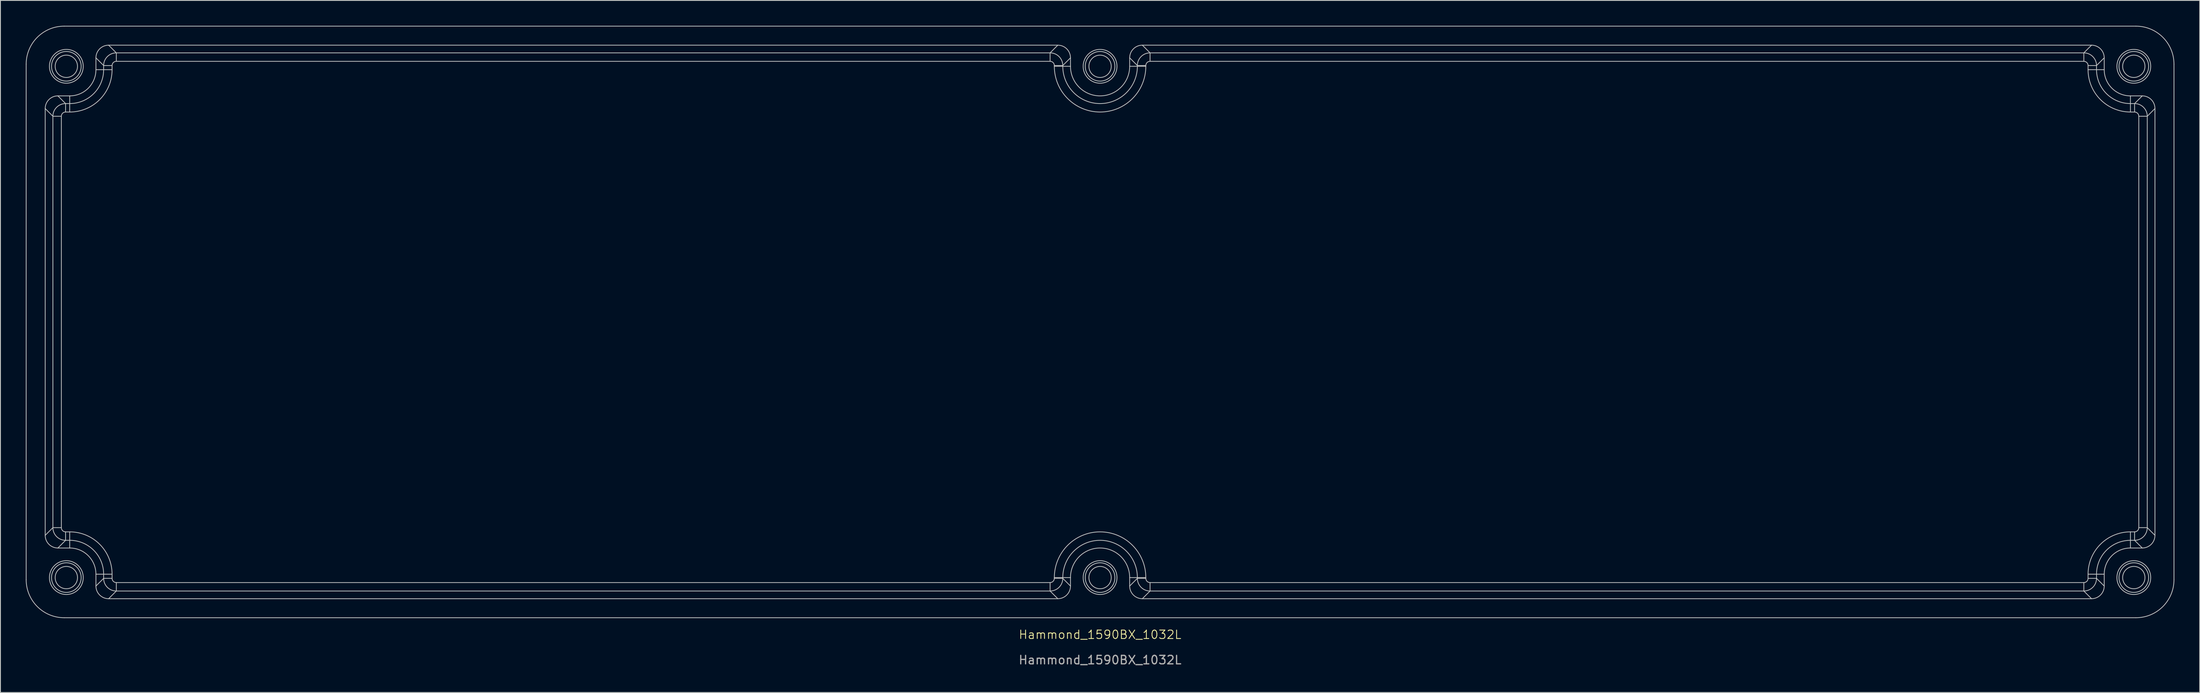
<source format=kicad_pcb>
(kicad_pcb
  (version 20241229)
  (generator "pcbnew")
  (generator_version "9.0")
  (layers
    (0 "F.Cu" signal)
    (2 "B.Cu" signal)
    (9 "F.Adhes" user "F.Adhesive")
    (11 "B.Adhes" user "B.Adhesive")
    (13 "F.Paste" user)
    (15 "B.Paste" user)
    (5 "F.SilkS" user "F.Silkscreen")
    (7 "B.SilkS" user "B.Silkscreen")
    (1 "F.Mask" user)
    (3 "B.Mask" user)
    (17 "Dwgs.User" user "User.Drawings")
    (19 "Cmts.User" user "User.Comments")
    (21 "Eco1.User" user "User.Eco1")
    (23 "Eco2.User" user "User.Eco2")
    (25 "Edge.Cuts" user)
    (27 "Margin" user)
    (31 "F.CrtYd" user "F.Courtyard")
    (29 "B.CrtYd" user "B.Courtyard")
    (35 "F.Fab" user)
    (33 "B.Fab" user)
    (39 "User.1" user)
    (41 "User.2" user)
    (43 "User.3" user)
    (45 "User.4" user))
  (footprint "Hammond_1590BX_1032L"
    (layer "F.Cu")
    (at 127.045 35.045)
    (property "Reference" "Hammond_1590BX_1032L" (at 0 37 0) (unlocked yes) (layer "F.SilkS") (effects (font (size 1 1) (thickness 0.1))))
    (fp_line (start -127 -30.5) (end -127 30.5) (stroke (width 0.09) (type solid)) (layer "Dwgs.User"))
    (fp_line (start -124.75 -25.25) (end -123.84 -24.34) (stroke (width 0.09) (type solid)) (layer "Dwgs.User"))
    (fp_line (start -124.75 25.25) (end -124.75 -25.25) (stroke (width 0.09) (type solid)) (layer "Dwgs.User"))
    (fp_line (start -123.84 -24.34) (end -123.84 24.34) (stroke (width 0.09) (type solid)) (layer "Dwgs.User"))
    (fp_line (start -123.84 24.34) (end -124.75 25.25) (stroke (width 0.09) (type solid)) (layer "Dwgs.User"))
    (fp_line (start -123.84 24.34) (end -122.84 24.34) (stroke (width 0.09) (type solid)) (layer "Dwgs.User"))
    (fp_line (start -123.25 -26.75) (end -121.85 -26.75) (stroke (width 0.09) (type solid)) (layer "Dwgs.User"))
    (fp_line (start -123.25 26.75) (end -122.34 25.84) (stroke (width 0.09) (type solid)) (layer "Dwgs.User"))
    (fp_line (start -122.84 -24.34) (end -123.84 -24.34) (stroke (width 0.09) (type solid)) (layer "Dwgs.User"))
    (fp_line (start -122.84 24.34) (end -122.84 -24.34) (stroke (width 0.09) (type solid)) (layer "Dwgs.User"))
    (fp_line (start -122.5 35) (end 122.5 35) (stroke (width 0.09) (type solid)) (layer "Dwgs.User"))
    (fp_line (start -122.34 -25.84) (end -123.25 -26.75) (stroke (width 0.09) (type solid)) (layer "Dwgs.User"))
    (fp_line (start -122.34 -25.84) (end -122.34 -24.84) (stroke (width 0.09) (type solid)) (layer "Dwgs.User"))
    (fp_line (start -122.34 -24.84) (end -121.85 -24.84) (stroke (width 0.09) (type solid)) (layer "Dwgs.User"))
    (fp_line (start -122.34 24.84) (end -122.34 25.84) (stroke (width 0.09) (type solid)) (layer "Dwgs.User"))
    (fp_line (start -122.34 25.84) (end -121.85 25.84) (stroke (width 0.09) (type solid)) (layer "Dwgs.User"))
    (fp_line (start -121.85 -26.75) (end -121.85 -25.84) (stroke (width 0.09) (type solid)) (layer "Dwgs.User"))
    (fp_line (start -121.85 -25.84) (end -122.34 -25.84) (stroke (width 0.09) (type solid)) (layer "Dwgs.User"))
    (fp_line (start -121.85 -24.84) (end -121.85 -25.84) (stroke (width 0.09) (type solid)) (layer "Dwgs.User"))
    (fp_line (start -121.85 24.84) (end -122.34 24.84) (stroke (width 0.09) (type solid)) (layer "Dwgs.User"))
    (fp_line (start -121.85 24.84) (end -121.85 25.84) (stroke (width 0.09) (type solid)) (layer "Dwgs.User"))
    (fp_line (start -121.85 26.75) (end -123.25 26.75) (stroke (width 0.09) (type solid)) (layer "Dwgs.User"))
    (fp_line (start -121.85 26.75) (end -121.85 25.84) (stroke (width 0.09) (type solid)) (layer "Dwgs.User"))
    (fp_line (start -118.75 -31.25) (end -117.84 -30.34) (stroke (width 0.09) (type solid)) (layer "Dwgs.User"))
    (fp_line (start -118.75 -29.85) (end -118.75 -31.25) (stroke (width 0.09) (type solid)) (layer "Dwgs.User"))
    (fp_line (start -118.75 -29.85) (end -117.84 -29.85) (stroke (width 0.09) (type solid)) (layer "Dwgs.User"))
    (fp_line (start -118.75 29.85) (end -117.84 29.85) (stroke (width 0.09) (type solid)) (layer "Dwgs.User"))
    (fp_line (start -118.75 31.25) (end -118.75 29.85) (stroke (width 0.09) (type solid)) (layer "Dwgs.User"))
    (fp_line (start -117.84 -30.34) (end -117.84 -29.85) (stroke (width 0.09) (type solid)) (layer "Dwgs.User"))
    (fp_line (start -117.84 29.85) (end -117.84 30.34) (stroke (width 0.09) (type solid)) (layer "Dwgs.User"))
    (fp_line (start -117.84 30.34) (end -118.75 31.25) (stroke (width 0.09) (type solid)) (layer "Dwgs.User"))
    (fp_line (start -117.84 30.34) (end -116.84 30.34) (stroke (width 0.09) (type solid)) (layer "Dwgs.User"))
    (fp_line (start -117.25 -32.75) (end -5 -32.75) (stroke (width 0.09) (type solid)) (layer "Dwgs.User"))
    (fp_line (start -117.25 32.75) (end -116.34 31.84) (stroke (width 0.09) (type solid)) (layer "Dwgs.User"))
    (fp_line (start -116.84 -30.34) (end -117.84 -30.34) (stroke (width 0.09) (type solid)) (layer "Dwgs.User"))
    (fp_line (start -116.84 -29.85) (end -117.84 -29.85) (stroke (width 0.09) (type solid)) (layer "Dwgs.User"))
    (fp_line (start -116.84 -29.85) (end -116.84 -30.34) (stroke (width 0.09) (type solid)) (layer "Dwgs.User"))
    (fp_line (start -116.84 29.85) (end -117.84 29.85) (stroke (width 0.09) (type solid)) (layer "Dwgs.User"))
    (fp_line (start -116.84 30.34) (end -116.84 29.85) (stroke (width 0.09) (type solid)) (layer "Dwgs.User"))
    (fp_line (start -116.34 -31.84) (end -117.25 -32.75) (stroke (width 0.09) (type solid)) (layer "Dwgs.User"))
    (fp_line (start -116.34 -31.84) (end -116.34 -30.84) (stroke (width 0.09) (type solid)) (layer "Dwgs.User"))
    (fp_line (start -116.34 -30.84) (end -5.91 -30.84) (stroke (width 0.09) (type solid)) (layer "Dwgs.User"))
    (fp_line (start -116.34 30.84) (end -116.34 31.84) (stroke (width 0.09) (type solid)) (layer "Dwgs.User"))
    (fp_line (start -116.34 31.84) (end -5.91 31.84) (stroke (width 0.09) (type solid)) (layer "Dwgs.User"))
    (fp_line (start -5.91 -31.84) (end -116.34 -31.84) (stroke (width 0.09) (type solid)) (layer "Dwgs.User"))
    (fp_line (start -5.91 -30.84) (end -5.91 -31.84) (stroke (width 0.09) (type solid)) (layer "Dwgs.User"))
    (fp_line (start -5.91 30.84) (end -116.34 30.84) (stroke (width 0.09) (type solid)) (layer "Dwgs.User"))
    (fp_line (start -5.91 31.84) (end -5.91 30.84) (stroke (width 0.09) (type solid)) (layer "Dwgs.User"))
    (fp_line (start -5.91 31.84) (end -5 32.75) (stroke (width 0.09) (type solid)) (layer "Dwgs.User"))
    (fp_line (start -5.41 -30.34) (end -5.41 -30.25) (stroke (width 0.09) (type solid)) (layer "Dwgs.User"))
    (fp_line (start -5.41 30.25) (end -5.41 30.34) (stroke (width 0.09) (type solid)) (layer "Dwgs.User"))
    (fp_line (start -5.41 30.25) (end -4.41 30.25) (stroke (width 0.09) (type solid)) (layer "Dwgs.User"))
    (fp_line (start -5.41 30.34) (end -4.41 30.34) (stroke (width 0.09) (type solid)) (layer "Dwgs.User"))
    (fp_line (start -5 -32.75) (end -5.91 -31.84) (stroke (width 0.09) (type solid)) (layer "Dwgs.User"))
    (fp_line (start -5 32.75) (end -117.25 32.75) (stroke (width 0.09) (type solid)) (layer "Dwgs.User"))
    (fp_line (start -4.41 -30.34) (end -5.41 -30.34) (stroke (width 0.09) (type solid)) (layer "Dwgs.User"))
    (fp_line (start -4.41 -30.34) (end -3.5 -31.25) (stroke (width 0.09) (type solid)) (layer "Dwgs.User"))
    (fp_line (start -4.41 -30.25) (end -5.41 -30.25) (stroke (width 0.09) (type solid)) (layer "Dwgs.User"))
    (fp_line (start -4.41 -30.25) (end -4.41 -30.34) (stroke (width 0.09) (type solid)) (layer "Dwgs.User"))
    (fp_line (start -4.41 30.34) (end -4.41 30.25) (stroke (width 0.09) (type solid)) (layer "Dwgs.User"))
    (fp_line (start -3.5 -31.25) (end -3.5 -30.25) (stroke (width 0.09) (type solid)) (layer "Dwgs.User"))
    (fp_line (start -3.5 -30.25) (end -4.41 -30.25) (stroke (width 0.09) (type solid)) (layer "Dwgs.User"))
    (fp_line (start -3.5 30.25) (end -4.41 30.25) (stroke (width 0.09) (type solid)) (layer "Dwgs.User"))
    (fp_line (start -3.5 30.25) (end -3.5 31.25) (stroke (width 0.09) (type solid)) (layer "Dwgs.User"))
    (fp_line (start -3.5 31.25) (end -4.41 30.34) (stroke (width 0.09) (type solid)) (layer "Dwgs.User"))
    (fp_line (start 3.5 -31.25) (end 4.41 -30.34) (stroke (width 0.09) (type solid)) (layer "Dwgs.User"))
    (fp_line (start 3.5 -30.25) (end 3.5 -31.25) (stroke (width 0.09) (type solid)) (layer "Dwgs.User"))
    (fp_line (start 3.5 -30.25) (end 4.41 -30.25) (stroke (width 0.09) (type solid)) (layer "Dwgs.User"))
    (fp_line (start 3.5 30.25) (end 4.41 30.25) (stroke (width 0.09) (type solid)) (layer "Dwgs.User"))
    (fp_line (start 3.5 31.25) (end 3.5 30.25) (stroke (width 0.09) (type solid)) (layer "Dwgs.User"))
    (fp_line (start 4.41 -30.34) (end 4.41 -30.25) (stroke (width 0.09) (type solid)) (layer "Dwgs.User"))
    (fp_line (start 4.41 -30.25) (end 5.41 -30.25) (stroke (width 0.09) (type solid)) (layer "Dwgs.User"))
    (fp_line (start 4.41 30.25) (end 4.41 30.34) (stroke (width 0.09) (type solid)) (layer "Dwgs.User"))
    (fp_line (start 4.41 30.34) (end 3.5 31.25) (stroke (width 0.09) (type solid)) (layer "Dwgs.User"))
    (fp_line (start 4.41 30.34) (end 5.41 30.34) (stroke (width 0.09) (type solid)) (layer "Dwgs.User"))
    (fp_line (start 5 -32.75) (end 117.25 -32.75) (stroke (width 0.09) (type solid)) (layer "Dwgs.User"))
    (fp_line (start 5 32.75) (end 5.91 31.84) (stroke (width 0.09) (type solid)) (layer "Dwgs.User"))
    (fp_line (start 5.41 -30.34) (end 4.41 -30.34) (stroke (width 0.09) (type solid)) (layer "Dwgs.User"))
    (fp_line (start 5.41 -30.25) (end 5.41 -30.34) (stroke (width 0.09) (type solid)) (layer "Dwgs.User"))
    (fp_line (start 5.41 30.25) (end 4.41 30.25) (stroke (width 0.09) (type solid)) (layer "Dwgs.User"))
    (fp_line (start 5.41 30.34) (end 5.41 30.25) (stroke (width 0.09) (type solid)) (layer "Dwgs.User"))
    (fp_line (start 5.91 -31.84) (end 5 -32.75) (stroke (width 0.09) (type solid)) (layer "Dwgs.User"))
    (fp_line (start 5.91 -31.84) (end 5.91 -30.84) (stroke (width 0.09) (type solid)) (layer "Dwgs.User"))
    (fp_line (start 5.91 -30.84) (end 116.34 -30.84) (stroke (width 0.09) (type solid)) (layer "Dwgs.User"))
    (fp_line (start 5.91 30.84) (end 5.91 31.84) (stroke (width 0.09) (type solid)) (layer "Dwgs.User"))
    (fp_line (start 5.91 31.84) (end 116.34 31.84) (stroke (width 0.09) (type solid)) (layer "Dwgs.User"))
    (fp_line (start 116.34 -31.84) (end 5.91 -31.84) (stroke (width 0.09) (type solid)) (layer "Dwgs.User"))
    (fp_line (start 116.34 -30.84) (end 116.34 -31.84) (stroke (width 0.09) (type solid)) (layer "Dwgs.User"))
    (fp_line (start 116.34 30.84) (end 5.91 30.84) (stroke (width 0.09) (type solid)) (layer "Dwgs.User"))
    (fp_line (start 116.34 31.84) (end 116.34 30.84) (stroke (width 0.09) (type solid)) (layer "Dwgs.User"))
    (fp_line (start 116.34 31.84) (end 117.25 32.75) (stroke (width 0.09) (type solid)) (layer "Dwgs.User"))
    (fp_line (start 116.84 -30.34) (end 116.84 -29.85) (stroke (width 0.09) (type solid)) (layer "Dwgs.User"))
    (fp_line (start 116.84 29.85) (end 116.84 30.34) (stroke (width 0.09) (type solid)) (layer "Dwgs.User"))
    (fp_line (start 116.84 30.34) (end 117.84 30.34) (stroke (width 0.09) (type solid)) (layer "Dwgs.User"))
    (fp_line (start 117.25 -32.75) (end 116.34 -31.84) (stroke (width 0.09) (type solid)) (layer "Dwgs.User"))
    (fp_line (start 117.25 32.75) (end 5 32.75) (stroke (width 0.09) (type solid)) (layer "Dwgs.User"))
    (fp_line (start 117.84 -30.34) (end 116.84 -30.34) (stroke (width 0.09) (type solid)) (layer "Dwgs.User"))
    (fp_line (start 117.84 -30.34) (end 118.75 -31.25) (stroke (width 0.09) (type solid)) (layer "Dwgs.User"))
    (fp_line (start 117.84 -29.85) (end 116.84 -29.85) (stroke (width 0.09) (type solid)) (layer "Dwgs.User"))
    (fp_line (start 117.84 -29.85) (end 117.84 -30.34) (stroke (width 0.09) (type solid)) (layer "Dwgs.User"))
    (fp_line (start 117.84 29.85) (end 116.84 29.85) (stroke (width 0.09) (type solid)) (layer "Dwgs.User"))
    (fp_line (start 117.84 30.34) (end 117.84 29.85) (stroke (width 0.09) (type solid)) (layer "Dwgs.User"))
    (fp_line (start 118.75 -31.25) (end 118.75 -29.85) (stroke (width 0.09) (type solid)) (layer "Dwgs.User"))
    (fp_line (start 118.75 -29.85) (end 117.84 -29.85) (stroke (width 0.09) (type solid)) (layer "Dwgs.User"))
    (fp_line (start 118.75 29.85) (end 117.84 29.85) (stroke (width 0.09) (type solid)) (layer "Dwgs.User"))
    (fp_line (start 118.75 29.85) (end 118.75 31.25) (stroke (width 0.09) (type solid)) (layer "Dwgs.User"))
    (fp_line (start 118.75 31.25) (end 117.84 30.34) (stroke (width 0.09) (type solid)) (layer "Dwgs.User"))
    (fp_line (start 121.85 -26.75) (end 121.85 -25.84) (stroke (width 0.09) (type solid)) (layer "Dwgs.User"))
    (fp_line (start 121.85 -26.75) (end 123.25 -26.75) (stroke (width 0.09) (type solid)) (layer "Dwgs.User"))
    (fp_line (start 121.85 -25.84) (end 121.85 -24.84) (stroke (width 0.09) (type solid)) (layer "Dwgs.User"))
    (fp_line (start 121.85 -24.84) (end 122.34 -24.84) (stroke (width 0.09) (type solid)) (layer "Dwgs.User"))
    (fp_line (start 121.85 25.84) (end 121.85 24.84) (stroke (width 0.09) (type solid)) (layer "Dwgs.User"))
    (fp_line (start 121.85 25.84) (end 122.34 25.84) (stroke (width 0.09) (type solid)) (layer "Dwgs.User"))
    (fp_line (start 121.85 26.75) (end 121.85 25.84) (stroke (width 0.09) (type solid)) (layer "Dwgs.User"))
    (fp_line (start 122.34 -25.84) (end 121.85 -25.84) (stroke (width 0.09) (type solid)) (layer "Dwgs.User"))
    (fp_line (start 122.34 -24.84) (end 122.34 -25.84) (stroke (width 0.09) (type solid)) (layer "Dwgs.User"))
    (fp_line (start 122.34 24.84) (end 121.85 24.84) (stroke (width 0.09) (type solid)) (layer "Dwgs.User"))
    (fp_line (start 122.34 25.84) (end 122.34 24.84) (stroke (width 0.09) (type solid)) (layer "Dwgs.User"))
    (fp_line (start 122.34 25.84) (end 123.25 26.75) (stroke (width 0.09) (type solid)) (layer "Dwgs.User"))
    (fp_line (start 122.5 -35) (end -122.5 -35) (stroke (width 0.09) (type solid)) (layer "Dwgs.User"))
    (fp_line (start 122.84 -24.34) (end 122.84 24.34) (stroke (width 0.09) (type solid)) (layer "Dwgs.User"))
    (fp_line (start 122.84 24.34) (end 123.84 24.34) (stroke (width 0.09) (type solid)) (layer "Dwgs.User"))
    (fp_line (start 123.25 -26.75) (end 122.34 -25.84) (stroke (width 0.09) (type solid)) (layer "Dwgs.User"))
    (fp_line (start 123.25 26.75) (end 121.85 26.75) (stroke (width 0.09) (type solid)) (layer "Dwgs.User"))
    (fp_line (start 123.84 -24.34) (end 122.84 -24.34) (stroke (width 0.09) (type solid)) (layer "Dwgs.User"))
    (fp_line (start 123.84 -24.34) (end 124.75 -25.25) (stroke (width 0.09) (type solid)) (layer "Dwgs.User"))
    (fp_line (start 123.84 24.34) (end 123.84 -24.34) (stroke (width 0.09) (type solid)) (layer "Dwgs.User"))
    (fp_line (start 124.75 -25.25) (end 124.75 25.25) (stroke (width 0.09) (type solid)) (layer "Dwgs.User"))
    (fp_line (start 124.75 25.25) (end 123.84 24.34) (stroke (width 0.09) (type solid)) (layer "Dwgs.User"))
    (fp_line (start 127 30.5) (end 127 -30.5) (stroke (width 0.09) (type solid)) (layer "Dwgs.User"))
    (fp_arc (start -127 -30.5) (mid -125.681981 -33.681981) (end -122.5 -35) (stroke (width 0.09) (type solid)) (layer "Dwgs.User"))
    (fp_arc (start -122.5 35) (mid -125.681981 33.681981) (end -127 30.5) (stroke (width 0.09) (type solid)) (layer "Dwgs.User"))
    (fp_arc (start -121.85 24.839865) (mid -118.3073 26.3073) (end -116.839864 29.85) (stroke (width 0.09) (type solid)) (layer "Dwgs.User"))
    (fp_arc (start -121.85 25.839627) (mid -119.014238 27.014238) (end -117.839626 29.85) (stroke (width 0.09) (type solid)) (layer "Dwgs.User"))
    (fp_arc (start -121.85 26.75) (mid -119.657969 27.657969) (end -118.75 29.85) (stroke (width 0.09) (type solid)) (layer "Dwgs.User"))
    (fp_arc (start -118.75 -29.85) (mid -119.657969 -27.657969) (end -121.85 -26.75) (stroke (width 0.09) (type solid)) (layer "Dwgs.User"))
    (fp_arc (start -117.839626 -29.85) (mid -119.014237 -27.014237) (end -121.85 -25.839627) (stroke (width 0.09) (type solid)) (layer "Dwgs.User"))
    (fp_arc (start -116.839864 -29.85) (mid -118.307299 -26.307299) (end -121.85 -24.839865) (stroke (width 0.09) (type solid)) (layer "Dwgs.User"))
    (fp_arc (start -5.410135 30.25) (mid 0.000001 24.839866) (end 5.410136 30.25) (stroke (width 0.09) (type solid)) (layer "Dwgs.User"))
    (fp_arc (start -4.410373 30.25) (mid 0.000001 25.839628) (end 4.410374 30.25) (stroke (width 0.09) (type solid)) (layer "Dwgs.User"))
    (fp_arc (start -3.5 30.25) (mid 0 26.75) (end 3.5 30.25) (stroke (width 0.09) (type solid)) (layer "Dwgs.User"))
    (fp_arc (start 3.5 -30.25) (mid 0 -26.75) (end -3.5 -30.25) (stroke (width 0.09) (type solid)) (layer "Dwgs.User"))
    (fp_arc (start 4.410374 -30.25) (mid 0 -25.839626) (end -4.410373 -30.25) (stroke (width 0.09) (type solid)) (layer "Dwgs.User"))
    (fp_arc (start 5.410136 -30.25) (mid 0 -24.839864) (end -5.410135 -30.25) (stroke (width 0.09) (type solid)) (layer "Dwgs.User"))
    (fp_arc (start 116.839865 29.85) (mid 118.30731 26.30731) (end 121.85 24.839865) (stroke (width 0.09) (type solid)) (layer "Dwgs.User"))
    (fp_arc (start 117.839627 29.85) (mid 119.014248 27.014248) (end 121.85 25.839627) (stroke (width 0.09) (type solid)) (layer "Dwgs.User"))
    (fp_arc (start 118.75 29.85) (mid 119.657979 27.657979) (end 121.85 26.75) (stroke (width 0.09) (type solid)) (layer "Dwgs.User"))
    (fp_arc (start 121.85 -26.75) (mid 119.657972 -27.657972) (end 118.75 -29.85) (stroke (width 0.09) (type solid)) (layer "Dwgs.User"))
    (fp_arc (start 121.85 -25.839627) (mid 119.01424 -27.01424) (end 117.839627 -29.85) (stroke (width 0.09) (type solid)) (layer "Dwgs.User"))
    (fp_arc (start 121.85 -24.839865) (mid 118.307302 -26.307302) (end 116.839865 -29.85) (stroke (width 0.09) (type solid)) (layer "Dwgs.User"))
    (fp_arc (start 122.5 -35) (mid 125.681983 -33.681983) (end 127 -30.5) (stroke (width 0.09) (type solid)) (layer "Dwgs.User"))
    (fp_arc (start 127 30.5) (mid 125.68199 33.68199) (end 122.5 35) (stroke (width 0.09) (type solid)) (layer "Dwgs.User"))
    (fp_circle (center -122.25 -30.25) (end -124.25 -30.25) (stroke (width 0.09) (type solid)) (fill no) (layer "Dwgs.User"))
    (fp_circle (center -122.25 -30.25) (end -124.003 -30.25) (stroke (width 0.09) (type solid)) (fill no) (layer "Dwgs.User"))
    (fp_circle (center -122.25 -30.25) (end -123.571 -30.25) (stroke (width 0.09) (type solid)) (fill no) (layer "Dwgs.User"))
    (fp_circle (center -122.25 30.25) (end -124.25 30.25) (stroke (width 0.09) (type solid)) (fill no) (layer "Dwgs.User"))
    (fp_circle (center -122.25 30.25) (end -124.003 30.25) (stroke (width 0.09) (type solid)) (fill no) (layer "Dwgs.User"))
    (fp_circle (center -122.25 30.25) (end -123.571 30.25) (stroke (width 0.09) (type solid)) (fill no) (layer "Dwgs.User"))
    (fp_circle (center 0 -30.25) (end -2 -30.25) (stroke (width 0.09) (type solid)) (fill no) (layer "Dwgs.User"))
    (fp_circle (center 0 -30.25) (end -1.753 -30.25) (stroke (width 0.09) (type solid)) (fill no) (layer "Dwgs.User"))
    (fp_circle (center 0 -30.25) (end -1.321 -30.25) (stroke (width 0.09) (type solid)) (fill no) (layer "Dwgs.User"))
    (fp_circle (center 0 30.25) (end -2 30.25) (stroke (width 0.09) (type solid)) (fill no) (layer "Dwgs.User"))
    (fp_circle (center 0 30.25) (end -1.753 30.25) (stroke (width 0.09) (type solid)) (fill no) (layer "Dwgs.User"))
    (fp_circle (center 0 30.25) (end -1.321 30.25) (stroke (width 0.09) (type solid)) (fill no) (layer "Dwgs.User"))
    (fp_circle (center 122.25 -30.25) (end 120.25 -30.25) (stroke (width 0.09) (type solid)) (fill no) (layer "Dwgs.User"))
    (fp_circle (center 122.25 -30.25) (end 120.497 -30.25) (stroke (width 0.09) (type solid)) (fill no) (layer "Dwgs.User"))
    (fp_circle (center 122.25 -30.25) (end 120.929 -30.25) (stroke (width 0.09) (type solid)) (fill no) (layer "Dwgs.User"))
    (fp_circle (center 122.25 30.25) (end 120.25 30.25) (stroke (width 0.09) (type solid)) (fill no) (layer "Dwgs.User"))
    (fp_circle (center 122.25 30.25) (end 120.497 30.25) (stroke (width 0.09) (type solid)) (fill no) (layer "Dwgs.User"))
    (fp_circle (center 122.25 30.25) (end 120.929 30.25) (stroke (width 0.09) (type solid)) (fill no) (layer "Dwgs.User"))
    (fp_curve (pts (xy -124.75 25.25) (xy -124.75 26.079) (xy -124.079 26.75) (xy -123.25 26.75)) (stroke (width 0.09) (type solid)) (layer "Dwgs.User"))
    (fp_curve (pts (xy -123.84 24.34) (xy -123.839 25.168) (xy -123.168 25.839) (xy -122.34 25.84)) (stroke (width 0.09) (type solid)) (layer "Dwgs.User"))
    (fp_curve (pts (xy -123.25 -26.75) (xy -124.079 -26.75) (xy -124.75 -26.079) (xy -124.75 -25.25)) (stroke (width 0.09) (type solid)) (layer "Dwgs.User"))
    (fp_curve (pts (xy -122.84 24.34) (xy -122.84 24.616) (xy -122.616 24.84) (xy -122.34 24.84)) (stroke (width 0.09) (type solid)) (layer "Dwgs.User"))
    (fp_curve (pts (xy -122.34 -25.84) (xy -123.168 -25.839) (xy -123.839 -25.168) (xy -123.84 -24.34)) (stroke (width 0.09) (type solid)) (layer "Dwgs.User"))
    (fp_curve (pts (xy -122.34 -24.84) (xy -122.616 -24.84) (xy -122.84 -24.616) (xy -122.84 -24.34)) (stroke (width 0.09) (type solid)) (layer "Dwgs.User"))
    (fp_curve (pts (xy -118.75 31.25) (xy -118.75 32.079) (xy -118.079 32.75) (xy -117.25 32.75)) (stroke (width 0.09) (type solid)) (layer "Dwgs.User"))
    (fp_curve (pts (xy -117.84 30.34) (xy -117.839 31.168) (xy -117.168 31.839) (xy -116.34 31.84)) (stroke (width 0.09) (type solid)) (layer "Dwgs.User"))
    (fp_curve (pts (xy -117.25 -32.75) (xy -118.079 -32.75) (xy -118.75 -32.079) (xy -118.75 -31.25)) (stroke (width 0.09) (type solid)) (layer "Dwgs.User"))
    (fp_curve (pts (xy -116.84 30.34) (xy -116.84 30.616) (xy -116.616 30.84) (xy -116.34 30.84)) (stroke (width 0.09) (type solid)) (layer "Dwgs.User"))
    (fp_curve (pts (xy -116.34 -31.84) (xy -117.168 -31.839) (xy -117.839 -31.168) (xy -117.84 -30.34)) (stroke (width 0.09) (type solid)) (layer "Dwgs.User"))
    (fp_curve (pts (xy -116.34 -30.84) (xy -116.616 -30.84) (xy -116.84 -30.616) (xy -116.84 -30.34)) (stroke (width 0.09) (type solid)) (layer "Dwgs.User"))
    (fp_curve (pts (xy -5.91 30.84) (xy -5.634 30.84) (xy -5.41 30.616) (xy -5.41 30.34)) (stroke (width 0.09) (type solid)) (layer "Dwgs.User"))
    (fp_curve (pts (xy -5.91 31.84) (xy -5.082 31.839) (xy -4.411 31.168) (xy -4.41 30.34)) (stroke (width 0.09) (type solid)) (layer "Dwgs.User"))
    (fp_curve (pts (xy -5.41 -30.34) (xy -5.41 -30.616) (xy -5.634 -30.84) (xy -5.91 -30.84)) (stroke (width 0.09) (type solid)) (layer "Dwgs.User"))
    (fp_curve (pts (xy -5 32.75) (xy -4.171 32.75) (xy -3.5 32.079) (xy -3.5 31.25)) (stroke (width 0.09) (type solid)) (layer "Dwgs.User"))
    (fp_curve (pts (xy -4.41 -30.34) (xy -4.411 -31.168) (xy -5.082 -31.839) (xy -5.91 -31.84)) (stroke (width 0.09) (type solid)) (layer "Dwgs.User"))
    (fp_curve (pts (xy -3.5 -31.25) (xy -3.5 -32.079) (xy -4.171 -32.75) (xy -5 -32.75)) (stroke (width 0.09) (type solid)) (layer "Dwgs.User"))
    (fp_curve (pts (xy 3.5 31.25) (xy 3.5 32.079) (xy 4.171 32.75) (xy 5 32.75)) (stroke (width 0.09) (type solid)) (layer "Dwgs.User"))
    (fp_curve (pts (xy 4.41 30.34) (xy 4.411 31.168) (xy 5.082 31.839) (xy 5.91 31.84)) (stroke (width 0.09) (type solid)) (layer "Dwgs.User"))
    (fp_curve (pts (xy 5 -32.75) (xy 4.171 -32.75) (xy 3.5 -32.079) (xy 3.5 -31.25)) (stroke (width 0.09) (type solid)) (layer "Dwgs.User"))
    (fp_curve (pts (xy 5.41 30.34) (xy 5.41 30.616) (xy 5.634 30.84) (xy 5.91 30.84)) (stroke (width 0.09) (type solid)) (layer "Dwgs.User"))
    (fp_curve (pts (xy 5.91 -31.84) (xy 5.082 -31.839) (xy 4.411 -31.168) (xy 4.41 -30.34)) (stroke (width 0.09) (type solid)) (layer "Dwgs.User"))
    (fp_curve (pts (xy 5.91 -30.84) (xy 5.634 -30.84) (xy 5.41 -30.616) (xy 5.41 -30.34)) (stroke (width 0.09) (type solid)) (layer "Dwgs.User"))
    (fp_curve (pts (xy 116.34 30.84) (xy 116.616 30.84) (xy 116.84 30.616) (xy 116.84 30.34)) (stroke (width 0.09) (type solid)) (layer "Dwgs.User"))
    (fp_curve (pts (xy 116.34 31.84) (xy 117.168 31.839) (xy 117.839 31.168) (xy 117.84 30.34)) (stroke (width 0.09) (type solid)) (layer "Dwgs.User"))
    (fp_curve (pts (xy 116.84 -30.34) (xy 116.84 -30.616) (xy 116.616 -30.84) (xy 116.34 -30.84)) (stroke (width 0.09) (type solid)) (layer "Dwgs.User"))
    (fp_curve (pts (xy 117.25 32.75) (xy 118.079 32.75) (xy 118.75 32.079) (xy 118.75 31.25)) (stroke (width 0.09) (type solid)) (layer "Dwgs.User"))
    (fp_curve (pts (xy 117.84 -30.34) (xy 117.839 -31.168) (xy 117.168 -31.839) (xy 116.34 -31.84)) (stroke (width 0.09) (type solid)) (layer "Dwgs.User"))
    (fp_curve (pts (xy 118.75 -31.25) (xy 118.75 -32.079) (xy 118.079 -32.75) (xy 117.25 -32.75)) (stroke (width 0.09) (type solid)) (layer "Dwgs.User"))
    (fp_curve (pts (xy 122.34 24.84) (xy 122.616 24.84) (xy 122.84 24.616) (xy 122.84 24.34)) (stroke (width 0.09) (type solid)) (layer "Dwgs.User"))
    (fp_curve (pts (xy 122.34 25.84) (xy 123.168 25.839) (xy 123.839 25.168) (xy 123.84 24.34)) (stroke (width 0.09) (type solid)) (layer "Dwgs.User"))
    (fp_curve (pts (xy 122.84 -24.34) (xy 122.84 -24.616) (xy 122.616 -24.84) (xy 122.34 -24.84)) (stroke (width 0.09) (type solid)) (layer "Dwgs.User"))
    (fp_curve (pts (xy 123.25 26.75) (xy 124.079 26.75) (xy 124.75 26.079) (xy 124.75 25.25)) (stroke (width 0.09) (type solid)) (layer "Dwgs.User"))
    (fp_curve (pts (xy 123.84 -24.34) (xy 123.839 -25.168) (xy 123.168 -25.839) (xy 122.34 -25.84)) (stroke (width 0.09) (type solid)) (layer "Dwgs.User"))
    (fp_curve (pts (xy 124.75 -25.25) (xy 124.75 -26.079) (xy 124.079 -26.75) (xy 123.25 -26.75)) (stroke (width 0.09) (type solid)) (layer "Dwgs.User"))
    (fp_text user "${REFERENCE}" (at 0 40 0) (unlocked yes) (layer "F.Fab") (effects (font (size 1 1) (thickness 0.15)))))
  (gr_rect
    (start -3 -3)
    (end 257.09 78.893)
    (stroke (width 0.1) (type default))
    (fill no)
    (layer "Edge.Cuts")))
</source>
